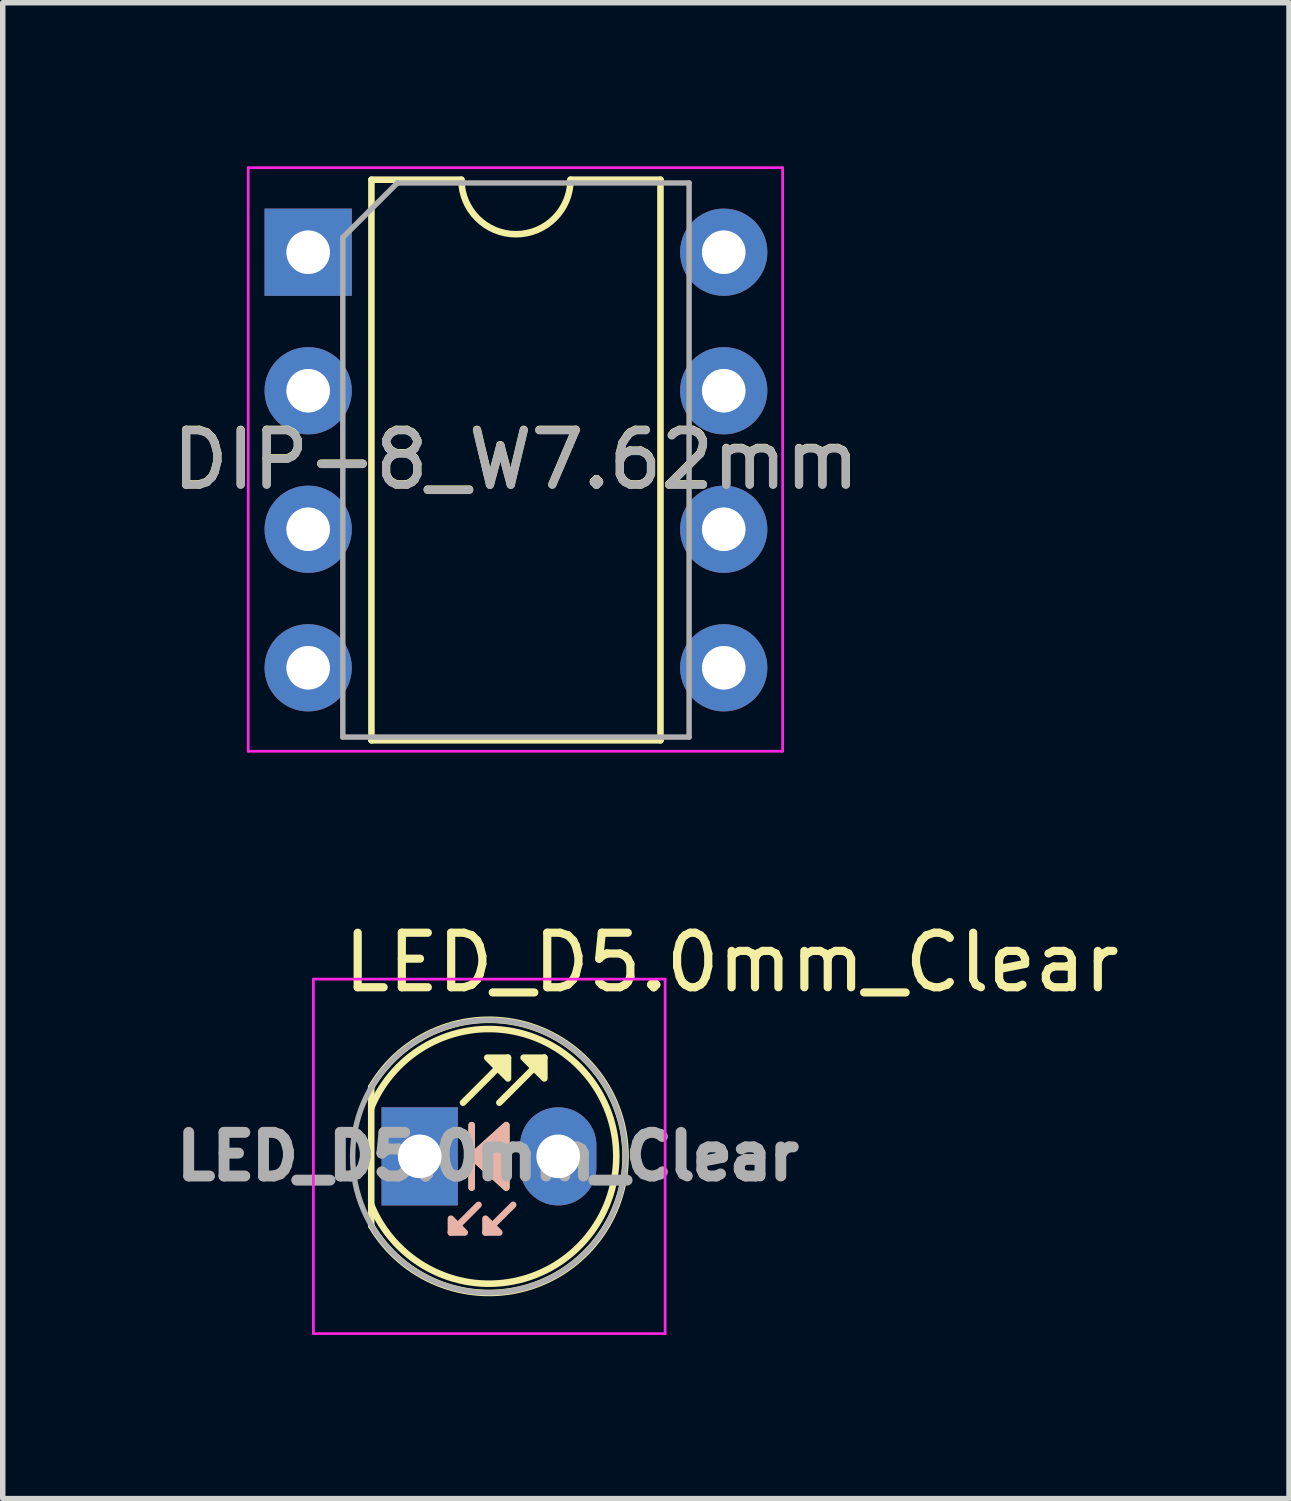
<source format=kicad_pcb>
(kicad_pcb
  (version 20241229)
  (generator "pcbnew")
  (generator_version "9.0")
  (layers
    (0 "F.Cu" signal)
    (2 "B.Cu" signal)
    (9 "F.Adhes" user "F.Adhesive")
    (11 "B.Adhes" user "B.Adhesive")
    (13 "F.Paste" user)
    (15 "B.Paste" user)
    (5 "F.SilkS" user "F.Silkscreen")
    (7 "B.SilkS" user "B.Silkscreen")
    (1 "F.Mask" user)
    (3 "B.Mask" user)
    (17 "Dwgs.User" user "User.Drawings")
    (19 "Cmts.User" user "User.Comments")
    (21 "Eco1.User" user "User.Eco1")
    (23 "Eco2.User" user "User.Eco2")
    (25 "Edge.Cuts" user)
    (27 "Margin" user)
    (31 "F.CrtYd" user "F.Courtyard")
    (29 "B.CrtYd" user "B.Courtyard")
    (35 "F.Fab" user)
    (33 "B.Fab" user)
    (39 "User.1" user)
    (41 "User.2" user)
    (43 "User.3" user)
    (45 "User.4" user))
  (footprint "DIP-8_W7.62mm"
    (layer "F.Cu")
    (at 2.601 1.575)
    (property "Reference" "DIP-8_W7.62mm" (at 3.81 3.8 0) (layer "F.SilkS") (effects (font (size 1 1) (thickness 0.15))))
    (attr through_hole)
    (fp_line (start 1.16 -1.33) (end 1.16 8.95) (stroke (width 0.12) (type solid)) (layer "F.SilkS"))
    (fp_line (start 1.16 8.95) (end 6.46 8.95) (stroke (width 0.12) (type solid)) (layer "F.SilkS"))
    (fp_line (start 2.81 -1.33) (end 1.16 -1.33) (stroke (width 0.12) (type solid)) (layer "F.SilkS"))
    (fp_line (start 6.46 -1.33) (end 4.81 -1.33) (stroke (width 0.12) (type solid)) (layer "F.SilkS"))
    (fp_line (start 6.46 8.95) (end 6.46 -1.33) (stroke (width 0.12) (type solid)) (layer "F.SilkS"))
    (fp_arc (start 4.81 -1.33) (mid 3.81 -0.33) (end 2.81 -1.33) (stroke (width 0.12) (type solid)) (layer "F.SilkS"))
    (fp_line (start -1.1 -1.55) (end -1.1 9.15) (stroke (width 0.05) (type solid)) (layer "F.CrtYd"))
    (fp_line (start -1.1 9.15) (end 8.7 9.15) (stroke (width 0.05) (type solid)) (layer "F.CrtYd"))
    (fp_line (start 8.7 -1.55) (end -1.1 -1.55) (stroke (width 0.05) (type solid)) (layer "F.CrtYd"))
    (fp_line (start 8.7 9.15) (end 8.7 -1.55) (stroke (width 0.05) (type solid)) (layer "F.CrtYd"))
    (fp_line (start 0.635 -0.27) (end 1.635 -1.27) (stroke (width 0.1) (type solid)) (layer "F.Fab"))
    (fp_line (start 0.635 8.89) (end 0.635 -0.27) (stroke (width 0.1) (type solid)) (layer "F.Fab"))
    (fp_line (start 1.635 -1.27) (end 6.985 -1.27) (stroke (width 0.1) (type solid)) (layer "F.Fab"))
    (fp_line (start 6.985 -1.27) (end 6.985 8.89) (stroke (width 0.1) (type solid)) (layer "F.Fab"))
    (fp_line (start 6.985 8.89) (end 0.635 8.89) (stroke (width 0.1) (type solid)) (layer "F.Fab"))
    (fp_text user "${REFERENCE}" (at 3.81 3.81 0) (layer "F.Fab") (effects (font (size 1 1) (thickness 0.15))))
    (pad "1" thru_hole rect (at 0 0) (size 1.6 1.6) (drill 0.8) (layers "*.Cu" "*.Mask"))
    (pad "2" thru_hole oval (at 0 2.54) (size 1.6 1.6) (drill 0.8) (layers "*.Cu" "*.Mask"))
    (pad "3" thru_hole oval (at 0 5.08) (size 1.6 1.6) (drill 0.8) (layers "*.Cu" "*.Mask"))
    (pad "4" thru_hole oval (at 0 7.62) (size 1.6 1.6) (drill 0.8) (layers "*.Cu" "*.Mask"))
    (pad "5" thru_hole oval (at 7.62 7.62) (size 1.6 1.6) (drill 0.8) (layers "*.Cu" "*.Mask"))
    (pad "6" thru_hole oval (at 7.62 5.08) (size 1.6 1.6) (drill 0.8) (layers "*.Cu" "*.Mask"))
    (pad "7" thru_hole oval (at 7.62 2.54) (size 1.6 1.6) (drill 0.8) (layers "*.Cu" "*.Mask"))
    (pad "8" thru_hole oval (at 7.62 0) (size 1.6 1.6) (drill 0.8) (layers "*.Cu" "*.Mask")))
  (footprint "LED_D5.0mm_Clear"
    (layer "F.Cu")
    (at 4.646 18.154)
    (property "Reference" "LED_D5.0mm_Clear" (at 5.72 -3.556 0) (layer "F.SilkS") (effects (font (size 1 1) (thickness 0.15))))
    (fp_line (start -0.889 -1.27) (end -0.889 1.27) (stroke (width 0.12) (type default)) (layer "F.SilkS"))
    (fp_line (start 0.794 -0.984) (end 1.619 -1.81) (stroke (width 0.12) (type solid)) (layer "F.SilkS"))
    (fp_line (start 0.953 -0.572) (end 0.953 0.572) (stroke (width 0.12) (type solid)) (layer "F.SilkS"))
    (fp_line (start 1.46 -0.984) (end 2.286 -1.81) (stroke (width 0.12) (type solid)) (layer "F.SilkS"))
    (fp_arc (start -0.889 -1.27) (mid 3.774832 0) (end -0.889 1.27) (stroke (width 0.12) (type default)) (layer "F.SilkS"))
    (fp_arc (start -0.888999 -0.889) (mid 3.604866 0) (end -0.888999 0.889) (stroke (width 0.12) (type default)) (layer "F.SilkS"))
    (fp_poly (pts (xy 1.587 0.572) (xy 0.953 0) (xy 1.587 -0.572)) (stroke (width 0.12) (type solid)) (fill yes) (layer "F.SilkS"))
    (fp_poly (pts (xy 1.619 -1.429) (xy 1.238 -1.81) (xy 1.619 -1.81)) (stroke (width 0.12) (type solid)) (fill yes) (layer "F.SilkS"))
    (fp_poly (pts (xy 2.286 -1.429) (xy 1.905 -1.81) (xy 2.286 -1.81)) (stroke (width 0.12) (type solid)) (fill yes) (layer "F.SilkS"))
    (fp_line (start 0.953 -0.572) (end 0.953 0.572) (stroke (width 0.12) (type solid)) (layer "B.SilkS"))
    (fp_line (start 1.079 0.889) (end 0.572 1.397) (stroke (width 0.12) (type solid)) (layer "B.SilkS"))
    (fp_line (start 1.714 0.889) (end 1.206 1.397) (stroke (width 0.12) (type solid)) (layer "B.SilkS"))
    (fp_poly (pts (xy 0.572 1.143) (xy 0.826 1.397) (xy 0.572 1.397)) (stroke (width 0.12) (type solid)) (fill yes) (layer "B.SilkS"))
    (fp_poly (pts (xy 1.206 1.143) (xy 1.46 1.397) (xy 1.206 1.397)) (stroke (width 0.12) (type solid)) (fill yes) (layer "B.SilkS"))
    (fp_poly (pts (xy 1.587 0.572) (xy 0.953 0) (xy 1.587 -0.572)) (stroke (width 0.12) (type solid)) (fill yes) (layer "B.SilkS"))
    (fp_line (start -1.95 -3.25) (end -1.95 3.25) (stroke (width 0.05) (type solid)) (layer "F.CrtYd"))
    (fp_line (start -1.95 3.25) (end 4.5 3.25) (stroke (width 0.05) (type solid)) (layer "F.CrtYd"))
    (fp_line (start 4.5 -3.25) (end -1.95 -3.25) (stroke (width 0.05) (type solid)) (layer "F.CrtYd"))
    (fp_line (start 4.5 3.25) (end 4.5 -3.25) (stroke (width 0.05) (type solid)) (layer "F.CrtYd"))
    (fp_circle (center 1.27 0) (end 3.77 0) (stroke (width 0.1) (type solid)) (fill no) (layer "F.Fab"))
    (fp_text user "${REFERENCE}" (at 1.25 0 0) (layer "F.Fab") (effects (font (size 0.8 0.8) (thickness 0.2))))
    (pad "1" thru_hole rect (at 0 0) (size 1.4 1.8) (drill 0.8) (layers "*.Cu" "*.Mask"))
    (pad "2" thru_hole oval (at 2.54 0) (size 1.4 1.8) (drill 0.8) (layers "*.Cu" "*.Mask")))
  (gr_rect
    (start -3 -3)
    (end 20.586 24.429)
    (stroke (width 0.1) (type default))
    (fill no)
    (layer "Edge.Cuts")))
</source>
